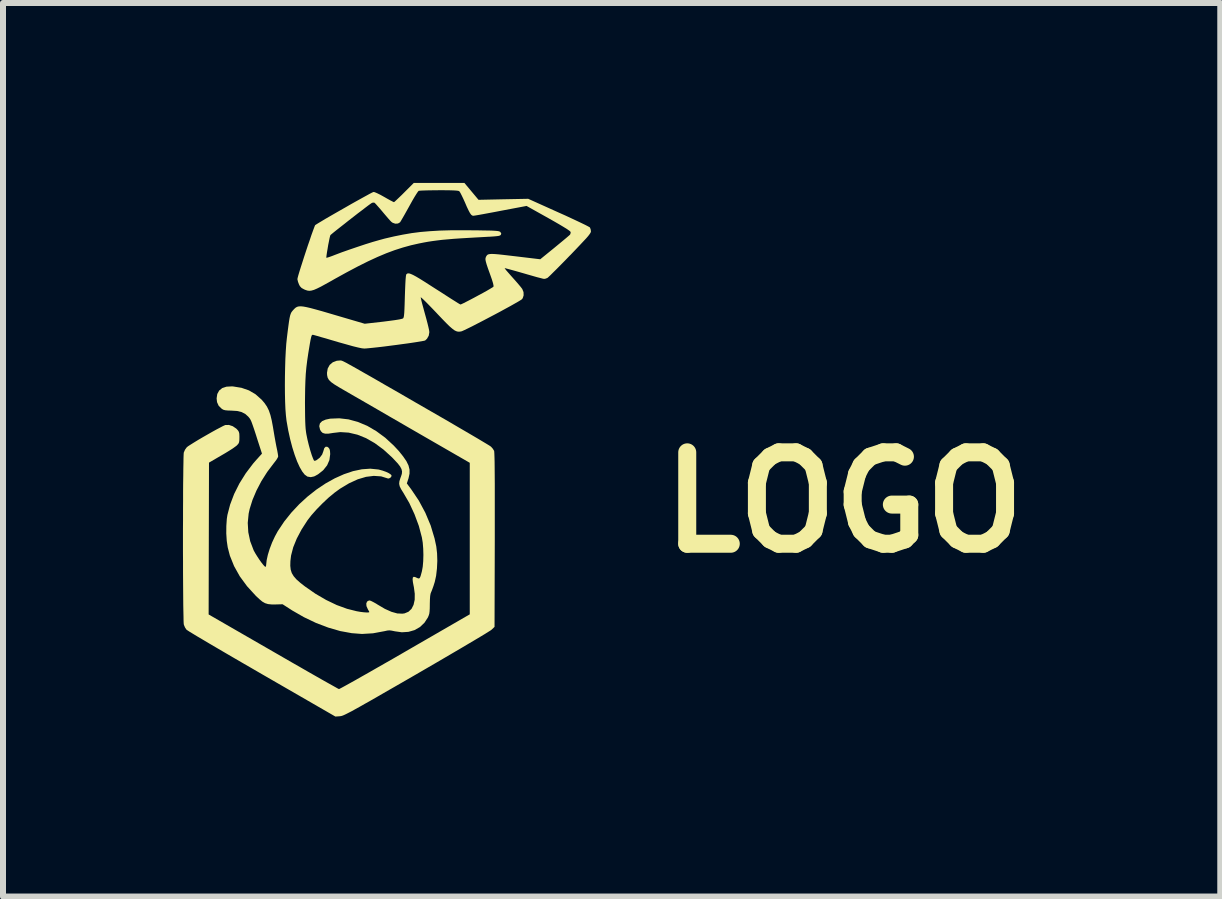
<source format=kicad_pcb>
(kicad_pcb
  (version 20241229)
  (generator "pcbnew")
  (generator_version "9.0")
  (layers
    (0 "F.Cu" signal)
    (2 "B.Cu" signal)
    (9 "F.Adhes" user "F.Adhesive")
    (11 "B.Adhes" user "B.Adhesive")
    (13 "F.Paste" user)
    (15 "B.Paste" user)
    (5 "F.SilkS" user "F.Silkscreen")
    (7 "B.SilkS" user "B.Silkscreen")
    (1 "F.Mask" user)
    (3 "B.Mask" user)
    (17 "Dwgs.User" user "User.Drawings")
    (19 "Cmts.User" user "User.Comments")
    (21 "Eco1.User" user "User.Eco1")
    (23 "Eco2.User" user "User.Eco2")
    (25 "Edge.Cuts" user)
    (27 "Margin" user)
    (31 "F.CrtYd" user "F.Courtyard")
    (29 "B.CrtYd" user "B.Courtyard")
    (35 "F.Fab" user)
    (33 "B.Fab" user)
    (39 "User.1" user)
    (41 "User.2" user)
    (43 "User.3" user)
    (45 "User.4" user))
  (footprint "LOGO"
    (layer "F.Cu")
    (at 3.694 4.4)
    (property "Reference" "LOGO" (at 7.325 0.925 0) (layer "F.SilkS") (effects (font (size 1.524 1.524) (thickness 0.3))))
    (attr board_only exclude_from_pos_files exclude_from_bom)
    (fp_poly (pts (xy -1.059 -1.44) (xy -1.049 -1.438) (xy -1.036 -1.433) (xy -1.018 -1.425) (xy -0.994 -1.413) (xy -0.963 -1.397) (xy -0.924 -1.375) (xy -0.875 -1.348) (xy -0.816 -1.315) (xy -0.744 -1.274) (xy -0.66 -1.226) (xy -0.561 -1.17) (xy -0.446 -1.104) (xy -0.315 -1.028) (xy -0.166 -0.943) (xy 0.002 -0.846) (xy 0.19 -0.737) (xy 0.4 -0.616) (xy 0.473 -0.574) (xy 0.619 -0.49) (xy 0.759 -0.409) (xy 0.89 -0.332) (xy 1.012 -0.261) (xy 1.123 -0.196) (xy 1.22 -0.139) (xy 1.302 -0.09) (xy 1.367 -0.051) (xy 1.413 -0.023) (xy 1.438 -0.006) (xy 1.442 -0.003) (xy 1.471 0.03) (xy 1.492 0.064) (xy 1.493 0.065) (xy 1.495 0.081) (xy 1.497 0.117) (xy 1.499 0.172) (xy 1.501 0.249) (xy 1.502 0.348) (xy 1.503 0.468) (xy 1.504 0.612) (xy 1.504 0.779) (xy 1.504 0.971) (xy 1.504 1.188) (xy 1.504 1.43) (xy 1.504 1.55) (xy 1.5 3) (xy 1.453 3.045) (xy 1.436 3.058) (xy 1.396 3.083) (xy 1.337 3.12) (xy 1.259 3.167) (xy 1.165 3.223) (xy 1.055 3.288) (xy 0.932 3.361) (xy 0.797 3.44) (xy 0.652 3.525) (xy 0.498 3.615) (xy 0.336 3.709) (xy 0.2 3.788) (xy 0.006 3.9) (xy -0.166 3.999) (xy -0.318 4.086) (xy -0.451 4.163) (xy -0.566 4.229) (xy -0.666 4.285) (xy -0.75 4.333) (xy -0.821 4.372) (xy -0.88 4.405) (xy -0.929 4.43) (xy -0.968 4.45) (xy -0.999 4.465) (xy -1.024 4.476) (xy -1.044 4.483) (xy -1.059 4.487) (xy -1.073 4.489) (xy -1.08 4.49) (xy -1.153 4.495) (xy -2.38 3.787) (xy -2.547 3.69) (xy -2.708 3.597) (xy -2.861 3.508) (xy -3.005 3.424) (xy -3.138 3.346) (xy -3.259 3.275) (xy -3.365 3.212) (xy -3.457 3.158) (xy -3.531 3.113) (xy -3.587 3.079) (xy -3.622 3.056) (xy -3.636 3.046) (xy -3.66 3.01) (xy -3.678 2.967) (xy -3.679 2.963) (xy -3.682 2.942) (xy -3.684 2.896) (xy -3.685 2.828) (xy -3.687 2.74) (xy -3.689 2.633) (xy -3.69 2.511) (xy -3.691 2.376) (xy -3.692 2.228) (xy -3.693 2.072) (xy -3.693 1.909) (xy -3.694 1.74) (xy -3.694 1.569) (xy -3.694 1.398) (xy -3.693 1.228) (xy -3.693 1.062) (xy -3.692 0.902) (xy -3.692 0.75) (xy -3.691 0.608) (xy -3.689 0.479) (xy -3.688 0.365) (xy -3.686 0.267) (xy -3.685 0.189) (xy -3.683 0.132) (xy -3.681 0.098) (xy -3.679 0.091) (xy -3.66 0.047) (xy -3.631 0.007) (xy -3.628 0.004) (xy -3.606 -0.013) (xy -3.564 -0.04) (xy -3.508 -0.075) (xy -3.441 -0.116) (xy -3.366 -0.16) (xy -3.289 -0.204) (xy -3.212 -0.248) (xy -3.14 -0.288) (xy -3.077 -0.321) (xy -3.028 -0.347) (xy -2.995 -0.362) (xy -2.987 -0.365) (xy -2.927 -0.366) (xy -2.864 -0.345) (xy -2.808 -0.307) (xy -2.801 -0.301) (xy -2.776 -0.274) (xy -2.762 -0.25) (xy -2.755 -0.222) (xy -2.753 -0.178) (xy -2.753 -0.16) (xy -2.754 -0.11) (xy -2.759 -0.077) (xy -2.77 -0.053) (xy -2.791 -0.03) (xy -2.795 -0.025) (xy -2.821 -0.005) (xy -2.864 0.026) (xy -2.922 0.063) (xy -2.989 0.104) (xy -3.049 0.139) (xy -3.26 0.262) (xy -3.266 2.793) (xy -2.19 3.413) (xy -2.034 3.503) (xy -1.885 3.589) (xy -1.743 3.67) (xy -1.611 3.746) (xy -1.49 3.815) (xy -1.383 3.876) (xy -1.289 3.929) (xy -1.212 3.972) (xy -1.153 4.005) (xy -1.114 4.027) (xy -1.095 4.036) (xy -1.094 4.037) (xy -1.08 4.031) (xy -1.044 4.012) (xy -0.989 3.982) (xy -0.915 3.941) (xy -0.825 3.891) (xy -0.72 3.831) (xy -0.601 3.764) (xy -0.472 3.69) (xy -0.332 3.61) (xy -0.183 3.525) (xy -0.029 3.436) (xy 0.007 3.415) (xy 1.087 2.791) (xy 1.087 0.265) (xy 0.066 -0.324) (xy -0.089 -0.414) (xy -0.24 -0.501) (xy -0.386 -0.586) (xy -0.523 -0.665) (xy -0.651 -0.739) (xy -0.767 -0.806) (xy -0.87 -0.865) (xy -0.956 -0.915) (xy -1.025 -0.955) (xy -1.075 -0.984) (xy -1.097 -0.997) (xy -1.172 -1.043) (xy -1.225 -1.081) (xy -1.261 -1.117) (xy -1.282 -1.154) (xy -1.291 -1.196) (xy -1.293 -1.235) (xy -1.281 -1.307) (xy -1.248 -1.367) (xy -1.196 -1.411) (xy -1.13 -1.436) (xy -1.086 -1.44) (xy -1.078 -1.44) (xy -1.072 -1.441) (xy -1.066 -1.441)) (stroke (width 0) (type solid)) (fill yes) (layer "F.SilkS"))
    (fp_poly (pts (xy -2.859 -1.008) (xy -2.718 -0.985) (xy -2.594 -0.942) (xy -2.485 -0.878) (xy -2.389 -0.793) (xy -2.387 -0.792) (xy -2.335 -0.732) (xy -2.294 -0.672) (xy -2.262 -0.607) (xy -2.236 -0.531) (xy -2.214 -0.44) (xy -2.194 -0.333) (xy -2.18 -0.248) (xy -2.165 -0.16) (xy -2.15 -0.077) (xy -2.137 -0.009) (xy -2.134 0.005) (xy -2.122 0.063) (xy -2.113 0.113) (xy -2.108 0.148) (xy -2.107 0.16) (xy -2.115 0.18) (xy -2.136 0.215) (xy -2.168 0.257) (xy -2.182 0.275) (xy -2.29 0.418) (xy -2.387 0.571) (xy -2.469 0.728) (xy -2.535 0.884) (xy -2.582 1.034) (xy -2.599 1.112) (xy -2.614 1.266) (xy -2.605 1.422) (xy -2.573 1.573) (xy -2.519 1.715) (xy -2.514 1.727) (xy -2.488 1.774) (xy -2.455 1.827) (xy -2.42 1.88) (xy -2.385 1.929) (xy -2.354 1.968) (xy -2.33 1.993) (xy -2.319 2) (xy -2.31 1.989) (xy -2.307 1.966) (xy -2.299 1.89) (xy -2.279 1.799) (xy -2.248 1.698) (xy -2.208 1.593) (xy -2.161 1.492) (xy -2.113 1.404) (xy -2.007 1.245) (xy -1.887 1.095) (xy -1.756 0.955) (xy -1.616 0.827) (xy -1.469 0.711) (xy -1.318 0.61) (xy -1.164 0.524) (xy -1.01 0.455) (xy -0.859 0.404) (xy -0.712 0.373) (xy -0.572 0.363) (xy -0.441 0.376) (xy -0.429 0.378) (xy -0.367 0.395) (xy -0.308 0.416) (xy -0.26 0.439) (xy -0.227 0.462) (xy -0.217 0.475) (xy -0.222 0.498) (xy -0.242 0.518) (xy -0.267 0.527) (xy -0.278 0.526) (xy -0.391 0.491) (xy -0.513 0.483) (xy -0.642 0.499) (xy -0.78 0.54) (xy -0.926 0.607) (xy -1.076 0.697) (xy -1.168 0.764) (xy -1.268 0.847) (xy -1.369 0.942) (xy -1.466 1.041) (xy -1.552 1.138) (xy -1.617 1.222) (xy -1.717 1.377) (xy -1.797 1.528) (xy -1.856 1.673) (xy -1.892 1.811) (xy -1.903 1.903) (xy -1.905 1.981) (xy -1.898 2.046) (xy -1.88 2.103) (xy -1.848 2.156) (xy -1.801 2.21) (xy -1.735 2.268) (xy -1.659 2.327) (xy -1.485 2.448) (xy -1.308 2.551) (xy -1.131 2.636) (xy -0.958 2.699) (xy -0.799 2.739) (xy -0.736 2.75) (xy -0.678 2.757) (xy -0.63 2.76) (xy -0.598 2.759) (xy -0.587 2.754) (xy -0.593 2.739) (xy -0.609 2.712) (xy -0.613 2.704) (xy -0.635 2.654) (xy -0.638 2.611) (xy -0.625 2.578) (xy -0.595 2.561) (xy -0.582 2.56) (xy -0.56 2.567) (xy -0.522 2.586) (xy -0.475 2.612) (xy -0.45 2.628) (xy -0.328 2.7) (xy -0.218 2.749) (xy -0.122 2.776) (xy -0.037 2.78) (xy -0.000018 2.775) (xy 0.065 2.748) (xy 0.116 2.7) (xy 0.15 2.633) (xy 0.169 2.548) (xy 0.17 2.448) (xy 0.155 2.334) (xy 0.153 2.327) (xy 0.139 2.254) (xy 0.134 2.205) (xy 0.139 2.176) (xy 0.154 2.165) (xy 0.18 2.171) (xy 0.201 2.181) (xy 0.226 2.192) (xy 0.243 2.193) (xy 0.256 2.18) (xy 0.268 2.151) (xy 0.282 2.1) (xy 0.289 2.074) (xy 0.303 1.998) (xy 0.311 1.905) (xy 0.314 1.801) (xy 0.311 1.696) (xy 0.303 1.596) (xy 0.289 1.51) (xy 0.289 1.51) (xy 0.238 1.317) (xy 0.166 1.123) (xy 0.079 0.935) (xy -0.02 0.765) (xy -0.058 0.704) (xy -0.081 0.657) (xy -0.09 0.615) (xy -0.086 0.573) (xy -0.07 0.521) (xy -0.059 0.492) (xy -0.045 0.448) (xy -0.042 0.409) (xy -0.051 0.37) (xy -0.074 0.327) (xy -0.113 0.276) (xy -0.17 0.215) (xy -0.211 0.172) (xy -0.353 0.043) (xy -0.497 -0.063) (xy -0.642 -0.146) (xy -0.787 -0.204) (xy -0.931 -0.238) (xy -1.071 -0.247) (xy -1.191 -0.233) (xy -1.268 -0.221) (xy -1.325 -0.221) (xy -1.365 -0.233) (xy -1.393 -0.26) (xy -1.409 -0.289) (xy -1.422 -0.346) (xy -1.411 -0.392) (xy -1.375 -0.429) (xy -1.315 -0.455) (xy -1.24 -0.471) (xy -1.088 -0.477) (xy -0.934 -0.459) (xy -0.777 -0.416) (xy -0.622 -0.351) (xy -0.47 -0.262) (xy -0.322 -0.153) (xy -0.181 -0.023) (xy -0.098 0.066) (xy -0.024 0.158) (xy 0.031 0.238) (xy 0.066 0.31) (xy 0.083 0.378) (xy 0.083 0.445) (xy 0.068 0.514) (xy 0.067 0.52) (xy 0.038 0.609) (xy 0.109 0.704) (xy 0.237 0.894) (xy 0.346 1.097) (xy 0.435 1.309) (xy 0.5 1.525) (xy 0.529 1.66) (xy 0.542 1.774) (xy 0.546 1.9) (xy 0.54 2.027) (xy 0.526 2.148) (xy 0.503 2.253) (xy 0.501 2.258) (xy 0.483 2.316) (xy 0.464 2.369) (xy 0.449 2.408) (xy 0.444 2.418) (xy 0.434 2.445) (xy 0.427 2.484) (xy 0.423 2.539) (xy 0.421 2.615) (xy 0.421 2.62) (xy 0.42 2.692) (xy 0.417 2.743) (xy 0.412 2.781) (xy 0.402 2.812) (xy 0.389 2.843) (xy 0.331 2.932) (xy 0.256 3.003) (xy 0.166 3.054) (xy 0.065 3.083) (xy -0.045 3.09) (xy -0.16 3.074) (xy -0.16 3.074) (xy -0.213 3.063) (xy -0.251 3.058) (xy -0.287 3.061) (xy -0.332 3.071) (xy -0.337 3.072) (xy -0.525 3.107) (xy -0.71 3.118) (xy -0.88 3.105) (xy -1.072 3.07) (xy -1.272 3.012) (xy -1.475 2.935) (xy -1.678 2.838) (xy -1.875 2.725) (xy -1.893 2.713) (xy -2.033 2.623) (xy -2.143 2.626) (xy -2.218 2.626) (xy -2.276 2.62) (xy -2.325 2.605) (xy -2.371 2.579) (xy -2.42 2.538) (xy -2.479 2.483) (xy -2.626 2.322) (xy -2.747 2.157) (xy -2.842 1.987) (xy -2.912 1.813) (xy -2.948 1.674) (xy -2.964 1.566) (xy -2.972 1.443) (xy -2.971 1.318) (xy -2.963 1.2) (xy -2.953 1.134) (xy -2.908 0.962) (xy -2.841 0.785) (xy -2.753 0.609) (xy -2.646 0.438) (xy -2.524 0.277) (xy -2.462 0.206) (xy -2.377 0.112) (xy -2.45 -0.114) (xy -2.482 -0.215) (xy -2.508 -0.294) (xy -2.529 -0.355) (xy -2.545 -0.4) (xy -2.558 -0.433) (xy -2.57 -0.457) (xy -2.582 -0.476) (xy -2.595 -0.492) (xy -2.605 -0.504) (xy -2.656 -0.55) (xy -2.717 -0.581) (xy -2.792 -0.599) (xy -2.887 -0.605) (xy -2.947 -0.607) (xy -2.989 -0.611) (xy -3.019 -0.619) (xy -3.044 -0.633) (xy -3.05 -0.638) (xy -3.099 -0.686) (xy -3.126 -0.746) (xy -3.133 -0.809) (xy -3.122 -0.882) (xy -3.09 -0.94) (xy -3.039 -0.981) (xy -2.969 -1.004) (xy -2.881 -1.009)) (stroke (width 0) (type solid)) (fill yes) (layer "F.SilkS"))
    (fp_poly (pts (xy 1.233 -4.119) (xy 1.647 -4.128) (xy 2.061 -4.136) (xy 2.567 -3.908) (xy 2.677 -3.859) (xy 2.778 -3.812) (xy 2.87 -3.769) (xy 2.95 -3.731) (xy 3.014 -3.7) (xy 3.06 -3.676) (xy 3.086 -3.661) (xy 3.09 -3.658) (xy 3.102 -3.628) (xy 3.107 -3.594) (xy 3.105 -3.581) (xy 3.097 -3.565) (xy 3.083 -3.544) (xy 3.061 -3.515) (xy 3.028 -3.477) (xy 2.983 -3.429) (xy 2.925 -3.367) (xy 2.851 -3.289) (xy 2.761 -3.195) (xy 2.758 -3.193) (xy 2.679 -3.111) (xy 2.604 -3.035) (xy 2.537 -2.967) (xy 2.478 -2.909) (xy 2.432 -2.863) (xy 2.399 -2.832) (xy 2.382 -2.817) (xy 2.382 -2.817) (xy 2.348 -2.804) (xy 2.327 -2.801) (xy 2.307 -2.804) (xy 2.265 -2.815) (xy 2.206 -2.83) (xy 2.133 -2.851) (xy 2.049 -2.875) (xy 1.987 -2.893) (xy 1.9 -2.918) (xy 1.822 -2.94) (xy 1.756 -2.958) (xy 1.707 -2.971) (xy 1.676 -2.979) (xy 1.668 -2.98) (xy 1.675 -2.969) (xy 1.697 -2.941) (xy 1.731 -2.902) (xy 1.774 -2.853) (xy 1.8 -2.824) (xy 1.85 -2.768) (xy 1.895 -2.716) (xy 1.932 -2.672) (xy 1.956 -2.641) (xy 1.962 -2.633) (xy 1.983 -2.581) (xy 1.985 -2.527) (xy 1.97 -2.48) (xy 1.957 -2.462) (xy 1.937 -2.448) (xy 1.896 -2.423) (xy 1.838 -2.39) (xy 1.766 -2.349) (xy 1.683 -2.304) (xy 1.592 -2.254) (xy 1.496 -2.203) (xy 1.399 -2.152) (xy 1.304 -2.102) (xy 1.213 -2.055) (xy 1.13 -2.012) (xy 1.059 -1.977) (xy 1.001 -1.949) (xy 0.961 -1.931) (xy 0.943 -1.925) (xy 0.913 -1.921) (xy 0.886 -1.922) (xy 0.859 -1.93) (xy 0.828 -1.946) (xy 0.793 -1.973) (xy 0.749 -2.011) (xy 0.695 -2.064) (xy 0.629 -2.132) (xy 0.547 -2.218) (xy 0.538 -2.228) (xy 0.47 -2.299) (xy 0.409 -2.362) (xy 0.356 -2.416) (xy 0.314 -2.457) (xy 0.284 -2.484) (xy 0.27 -2.495) (xy 0.269 -2.495) (xy 0.272 -2.479) (xy 0.28 -2.441) (xy 0.294 -2.386) (xy 0.313 -2.317) (xy 0.334 -2.239) (xy 0.339 -2.221) (xy 0.362 -2.138) (xy 0.382 -2.062) (xy 0.398 -1.996) (xy 0.409 -1.945) (xy 0.413 -1.914) (xy 0.413 -1.912) (xy 0.403 -1.854) (xy 0.374 -1.803) (xy 0.343 -1.774) (xy 0.324 -1.769) (xy 0.282 -1.761) (xy 0.221 -1.751) (xy 0.144 -1.739) (xy 0.056 -1.726) (xy -0.041 -1.713) (xy -0.143 -1.699) (xy -0.245 -1.686) (xy -0.345 -1.673) (xy -0.439 -1.662) (xy -0.522 -1.653) (xy -0.592 -1.646) (xy -0.645 -1.641) (xy -0.673 -1.64) (xy -0.712 -1.644) (xy -0.774 -1.657) (xy -0.86 -1.678) (xy -0.97 -1.709) (xy -1.106 -1.747) (xy -1.124 -1.753) (xy -1.221 -1.781) (xy -1.311 -1.808) (xy -1.39 -1.83) (xy -1.454 -1.849) (xy -1.501 -1.862) (xy -1.527 -1.869) (xy -1.53 -1.869) (xy -1.54 -1.867) (xy -1.549 -1.855) (xy -1.557 -1.829) (xy -1.567 -1.785) (xy -1.579 -1.719) (xy -1.582 -1.7) (xy -1.605 -1.561) (xy -1.623 -1.439) (xy -1.637 -1.325) (xy -1.647 -1.214) (xy -1.653 -1.1) (xy -1.657 -0.975) (xy -1.659 -0.835) (xy -1.66 -0.74) (xy -1.659 -0.614) (xy -1.658 -0.511) (xy -1.656 -0.427) (xy -1.653 -0.358) (xy -1.649 -0.301) (xy -1.643 -0.252) (xy -1.637 -0.213) (xy -1.619 -0.124) (xy -1.596 -0.03) (xy -1.571 0.061) (xy -1.546 0.14) (xy -1.527 0.19) (xy -1.513 0.222) (xy -1.5 0.233) (xy -1.481 0.227) (xy -1.468 0.221) (xy -1.415 0.181) (xy -1.374 0.127) (xy -1.352 0.067) (xy -1.352 0.065) (xy -1.338 0.02) (xy -1.315 -0.003) (xy -1.288 -0.002) (xy -1.267 0.013) (xy -1.251 0.035) (xy -1.243 0.067) (xy -1.24 0.115) (xy -1.24 0.124) (xy -1.253 0.22) (xy -1.291 0.307) (xy -1.353 0.385) (xy -1.371 0.401) (xy -1.444 0.458) (xy -1.507 0.492) (xy -1.564 0.504) (xy -1.618 0.495) (xy -1.622 0.493) (xy -1.663 0.464) (xy -1.705 0.411) (xy -1.748 0.337) (xy -1.791 0.243) (xy -1.832 0.132) (xy -1.871 0.008) (xy -1.907 -0.129) (xy -1.939 -0.274) (xy -1.966 -0.427) (xy -1.969 -0.447) (xy -1.978 -0.528) (xy -1.986 -0.631) (xy -1.991 -0.752) (xy -1.994 -0.886) (xy -1.995 -1.029) (xy -1.994 -1.176) (xy -1.991 -1.323) (xy -1.987 -1.465) (xy -1.98 -1.599) (xy -1.972 -1.718) (xy -1.962 -1.813) (xy -1.948 -1.928) (xy -1.936 -2.02) (xy -1.926 -2.092) (xy -1.917 -2.147) (xy -1.908 -2.188) (xy -1.898 -2.219) (xy -1.887 -2.243) (xy -1.873 -2.262) (xy -1.857 -2.281) (xy -1.854 -2.284) (xy -1.833 -2.306) (xy -1.813 -2.323) (xy -1.791 -2.335) (xy -1.764 -2.342) (xy -1.731 -2.344) (xy -1.688 -2.34) (xy -1.634 -2.33) (xy -1.565 -2.314) (xy -1.48 -2.291) (xy -1.375 -2.262) (xy -1.249 -2.225) (xy -1.168 -2.201) (xy -0.664 -2.053) (xy -0.355 -2.088) (xy -0.246 -2.102) (xy -0.157 -2.114) (xy -0.089 -2.125) (xy -0.045 -2.135) (xy -0.025 -2.142) (xy -0.019 -2.151) (xy -0.013 -2.168) (xy -0.009 -2.195) (xy -0.005 -2.236) (xy -0.002 -2.294) (xy 0.001 -2.371) (xy 0.004 -2.472) (xy 0.005 -2.51) (xy 0.009 -2.621) (xy 0.013 -2.715) (xy 0.017 -2.79) (xy 0.022 -2.843) (xy 0.027 -2.872) (xy 0.029 -2.876) (xy 0.041 -2.887) (xy 0.056 -2.893) (xy 0.077 -2.892) (xy 0.105 -2.883) (xy 0.143 -2.866) (xy 0.193 -2.839) (xy 0.257 -2.801) (xy 0.337 -2.751) (xy 0.435 -2.688) (xy 0.521 -2.633) (xy 0.614 -2.574) (xy 0.699 -2.519) (xy 0.775 -2.47) (xy 0.839 -2.43) (xy 0.888 -2.399) (xy 0.92 -2.38) (xy 0.932 -2.374) (xy 0.949 -2.38) (xy 0.985 -2.397) (xy 1.036 -2.423) (xy 1.098 -2.455) (xy 1.166 -2.491) (xy 1.236 -2.529) (xy 1.305 -2.566) (xy 1.368 -2.601) (xy 1.421 -2.632) (xy 1.459 -2.655) (xy 1.48 -2.668) (xy 1.482 -2.671) (xy 1.483 -2.691) (xy 1.474 -2.732) (xy 1.455 -2.794) (xy 1.425 -2.879) (xy 1.42 -2.893) (xy 1.39 -2.976) (xy 1.369 -3.039) (xy 1.356 -3.085) (xy 1.349 -3.118) (xy 1.349 -3.143) (xy 1.355 -3.163) (xy 1.36 -3.174) (xy 1.37 -3.19) (xy 1.381 -3.202) (xy 1.397 -3.21) (xy 1.421 -3.215) (xy 1.455 -3.217) (xy 1.502 -3.215) (xy 1.565 -3.21) (xy 1.647 -3.201) (xy 1.75 -3.189) (xy 1.845 -3.178) (xy 2.262 -3.128) (xy 2.503 -3.324) (xy 2.572 -3.381) (xy 2.635 -3.433) (xy 2.689 -3.478) (xy 2.73 -3.513) (xy 2.755 -3.535) (xy 2.76 -3.541) (xy 2.77 -3.57) (xy 2.765 -3.588) (xy 2.75 -3.602) (xy 2.713 -3.628) (xy 2.657 -3.663) (xy 2.582 -3.708) (xy 2.492 -3.76) (xy 2.393 -3.816) (xy 2.034 -4.017) (xy 1.6 -3.935) (xy 1.496 -3.915) (xy 1.399 -3.897) (xy 1.313 -3.881) (xy 1.241 -3.868) (xy 1.187 -3.859) (xy 1.154 -3.854) (xy 1.145 -3.853) (xy 1.128 -3.857) (xy 1.11 -3.871) (xy 1.09 -3.899) (xy 1.067 -3.942) (xy 1.037 -4.005) (xy 1.008 -4.073) (xy 0.979 -4.137) (xy 0.952 -4.193) (xy 0.93 -4.236) (xy 0.914 -4.26) (xy 0.911 -4.263) (xy 0.895 -4.269) (xy 0.863 -4.273) (xy 0.814 -4.276) (xy 0.744 -4.278) (xy 0.652 -4.279) (xy 0.574 -4.279) (xy 0.484 -4.278) (xy 0.402 -4.277) (xy 0.332 -4.275) (xy 0.279 -4.273) (xy 0.245 -4.27) (xy 0.236 -4.269) (xy 0.223 -4.255) (xy 0.2 -4.221) (xy 0.168 -4.17) (xy 0.131 -4.107) (xy 0.091 -4.035) (xy 0.079 -4.013) (xy 0.037 -3.938) (xy -0.001 -3.87) (xy -0.034 -3.813) (xy -0.059 -3.77) (xy -0.074 -3.746) (xy -0.077 -3.743) (xy -0.11 -3.724) (xy -0.154 -3.721) (xy -0.198 -3.736) (xy -0.218 -3.75) (xy -0.239 -3.771) (xy -0.272 -3.808) (xy -0.313 -3.856) (xy -0.359 -3.91) (xy -0.367 -3.92) (xy -0.411 -3.972) (xy -0.451 -4.017) (xy -0.481 -4.051) (xy -0.5 -4.069) (xy -0.502 -4.071) (xy -0.527 -4.073) (xy -0.547 -4.066) (xy -0.565 -4.054) (xy -0.601 -4.028) (xy -0.65 -3.991) (xy -0.711 -3.944) (xy -0.78 -3.892) (xy -0.853 -3.835) (xy -0.928 -3.777) (xy -1.001 -3.719) (xy -1.07 -3.665) (xy -1.131 -3.617) (xy -1.181 -3.577) (xy -1.216 -3.548) (xy -1.235 -3.532) (xy -1.236 -3.53) (xy -1.242 -3.513) (xy -1.251 -3.476) (xy -1.261 -3.425) (xy -1.273 -3.366) (xy -1.283 -3.304) (xy -1.293 -3.246) (xy -1.3 -3.198) (xy -1.304 -3.164) (xy -1.303 -3.152) (xy -1.29 -3.155) (xy -1.257 -3.165) (xy -1.209 -3.182) (xy -1.163 -3.2) (xy -1.047 -3.244) (xy -0.919 -3.289) (xy -0.787 -3.334) (xy -0.655 -3.378) (xy -0.53 -3.417) (xy -0.418 -3.449) (xy -0.33 -3.473) (xy -0.175 -3.509) (xy -0.027 -3.539) (xy 0.119 -3.564) (xy 0.267 -3.583) (xy 0.421 -3.596) (xy 0.586 -3.606) (xy 0.765 -3.611) (xy 0.964 -3.612) (xy 1.097 -3.611) (xy 1.223 -3.61) (xy 1.325 -3.608) (xy 1.406 -3.607) (xy 1.469 -3.605) (xy 1.515 -3.602) (xy 1.548 -3.599) (xy 1.571 -3.595) (xy 1.585 -3.59) (xy 1.594 -3.585) (xy 1.596 -3.583) (xy 1.612 -3.559) (xy 1.605 -3.536) (xy 1.595 -3.527) (xy 1.576 -3.519) (xy 1.543 -3.514) (xy 1.493 -3.509) (xy 1.42 -3.504) (xy 1.412 -3.504) (xy 1.232 -3.494) (xy 1.075 -3.485) (xy 0.94 -3.477) (xy 0.822 -3.469) (xy 0.719 -3.46) (xy 0.628 -3.452) (xy 0.546 -3.442) (xy 0.47 -3.432) (xy 0.397 -3.421) (xy 0.324 -3.408) (xy 0.249 -3.393) (xy 0.243 -3.392) (xy 0.106 -3.361) (xy -0.028 -3.324) (xy -0.165 -3.28) (xy -0.305 -3.228) (xy -0.452 -3.166) (xy -0.61 -3.093) (xy -0.78 -3.008) (xy -0.965 -2.91) (xy -1.168 -2.798) (xy -1.213 -2.772) (xy -1.314 -2.716) (xy -1.394 -2.672) (xy -1.459 -2.64) (xy -1.51 -2.618) (xy -1.552 -2.606) (xy -1.587 -2.602) (xy -1.619 -2.606) (xy -1.65 -2.616) (xy -1.672 -2.625) (xy -1.716 -2.649) (xy -1.745 -2.68) (xy -1.76 -2.709) (xy -1.776 -2.751) (xy -1.785 -2.789) (xy -1.786 -2.799) (xy -1.782 -2.819) (xy -1.771 -2.861) (xy -1.753 -2.921) (xy -1.73 -2.995) (xy -1.703 -3.079) (xy -1.674 -3.17) (xy -1.643 -3.264) (xy -1.612 -3.358) (xy -1.581 -3.447) (xy -1.554 -3.528) (xy -1.529 -3.597) (xy -1.509 -3.651) (xy -1.496 -3.685) (xy -1.49 -3.697) (xy -1.475 -3.707) (xy -1.44 -3.729) (xy -1.388 -3.76) (xy -1.322 -3.8) (xy -1.244 -3.845) (xy -1.159 -3.894) (xy -1.068 -3.946) (xy -0.975 -3.999) (xy -0.883 -4.052) (xy -0.795 -4.101) (xy -0.714 -4.146) (xy -0.643 -4.185) (xy -0.585 -4.217) (xy -0.543 -4.239) (xy -0.52 -4.249) (xy -0.519 -4.25) (xy -0.497 -4.246) (xy -0.457 -4.229) (xy -0.402 -4.202) (xy -0.341 -4.168) (xy -0.283 -4.135) (xy -0.234 -4.108) (xy -0.197 -4.089) (xy -0.178 -4.08) (xy -0.177 -4.08) (xy -0.164 -4.089) (xy -0.137 -4.114) (xy -0.097 -4.152) (xy -0.048 -4.199) (xy -0.007 -4.24) (xy 0.153 -4.4) (xy 0.998 -4.4)) (stroke (width 0) (type solid)) (fill yes) (layer "F.SilkS")))
  (gr_rect
    (start -3 -3)
    (end 17.292 11.895)
    (stroke (width 0.1) (type default))
    (fill no)
    (layer "Edge.Cuts")))
</source>
